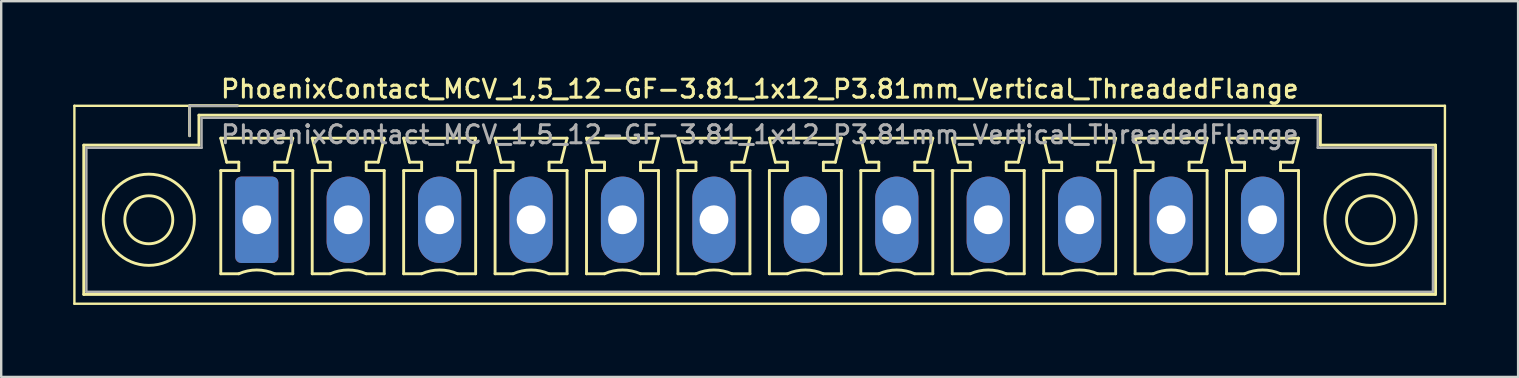
<source format=kicad_pcb>
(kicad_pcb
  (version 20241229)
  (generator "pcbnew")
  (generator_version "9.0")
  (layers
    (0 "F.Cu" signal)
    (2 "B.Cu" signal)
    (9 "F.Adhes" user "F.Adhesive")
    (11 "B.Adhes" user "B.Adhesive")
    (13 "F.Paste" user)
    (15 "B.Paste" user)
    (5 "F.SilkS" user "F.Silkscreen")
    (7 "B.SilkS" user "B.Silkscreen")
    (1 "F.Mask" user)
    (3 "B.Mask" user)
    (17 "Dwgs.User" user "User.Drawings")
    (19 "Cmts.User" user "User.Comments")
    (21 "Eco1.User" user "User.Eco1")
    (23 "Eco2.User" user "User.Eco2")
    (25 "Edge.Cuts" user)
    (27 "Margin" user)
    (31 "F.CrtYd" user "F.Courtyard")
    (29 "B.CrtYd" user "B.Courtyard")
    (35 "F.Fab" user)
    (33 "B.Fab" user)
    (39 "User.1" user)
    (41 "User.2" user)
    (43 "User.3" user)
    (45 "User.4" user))
  (footprint "PhoenixContact_MCV_1,5_12-GF-3.81_1x12_P3.81mm_Vertical_ThreadedFlange"
    (layer "F.Cu")
    (at 7.65 6.108)
    (property "Reference" "PhoenixContact_MCV_1,5_12-GF-3.81_1x12_P3.81mm_Vertical_ThreadedFlange" (at 20.96 -5.45 0) (layer "F.SilkS") (effects (font (size 0.75 0.75) (thickness 0.125))))
    (attr through_hole)
    (fp_line (start -7.6 -4.75) (end -7.6 3.5) (stroke (width 0.1) (type solid)) (layer "F.SilkS"))
    (fp_line (start -7.6 3.5) (end 49.51 3.5) (stroke (width 0.1) (type solid)) (layer "F.SilkS"))
    (fp_line (start -7.21 -3.11) (end -7.21 3.11) (stroke (width 0.12) (type solid)) (layer "F.SilkS"))
    (fp_line (start -7.21 3.11) (end 49.12 3.11) (stroke (width 0.12) (type solid)) (layer "F.SilkS"))
    (fp_line (start -2.8 -4.75) (end -0.8 -4.75) (stroke (width 0.12) (type solid)) (layer "F.SilkS"))
    (fp_line (start -2.8 -3.5) (end -2.8 -4.75) (stroke (width 0.12) (type solid)) (layer "F.SilkS"))
    (fp_line (start -2.41 -4.36) (end -2.41 -3.11) (stroke (width 0.12) (type solid)) (layer "F.SilkS"))
    (fp_line (start -2.41 -3.11) (end -7.21 -3.11) (stroke (width 0.12) (type solid)) (layer "F.SilkS"))
    (fp_line (start -1.5 -3.4) (end 1.5 -3.4) (stroke (width 0.12) (type solid)) (layer "F.SilkS"))
    (fp_line (start -1.5 -2.05) (end -0.75 -2.05) (stroke (width 0.12) (type solid)) (layer "F.SilkS"))
    (fp_line (start -1.5 2.25) (end -1.5 -2.05) (stroke (width 0.12) (type solid)) (layer "F.SilkS"))
    (fp_line (start -1.25 -2.4) (end -1.5 -3.4) (stroke (width 0.12) (type solid)) (layer "F.SilkS"))
    (fp_line (start -0.75 -2.4) (end -1.25 -2.4) (stroke (width 0.12) (type solid)) (layer "F.SilkS"))
    (fp_line (start -0.75 -2.05) (end -0.75 -2.4) (stroke (width 0.12) (type solid)) (layer "F.SilkS"))
    (fp_line (start -0.75 2.25) (end -1.5 2.25) (stroke (width 0.12) (type solid)) (layer "F.SilkS"))
    (fp_line (start 0.75 -2.4) (end 0.75 -2.05) (stroke (width 0.12) (type solid)) (layer "F.SilkS"))
    (fp_line (start 0.75 -2.05) (end 1.5 -2.05) (stroke (width 0.12) (type solid)) (layer "F.SilkS"))
    (fp_line (start 1.25 -2.4) (end 0.75 -2.4) (stroke (width 0.12) (type solid)) (layer "F.SilkS"))
    (fp_line (start 1.5 -3.4) (end 1.25 -2.4) (stroke (width 0.12) (type solid)) (layer "F.SilkS"))
    (fp_line (start 1.5 -2.05) (end 1.5 2.25) (stroke (width 0.12) (type solid)) (layer "F.SilkS"))
    (fp_line (start 1.5 2.25) (end 0.75 2.25) (stroke (width 0.12) (type solid)) (layer "F.SilkS"))
    (fp_line (start 2.31 -3.4) (end 5.31 -3.4) (stroke (width 0.12) (type solid)) (layer "F.SilkS"))
    (fp_line (start 2.31 -2.05) (end 3.06 -2.05) (stroke (width 0.12) (type solid)) (layer "F.SilkS"))
    (fp_line (start 2.31 2.25) (end 2.31 -2.05) (stroke (width 0.12) (type solid)) (layer "F.SilkS"))
    (fp_line (start 2.56 -2.4) (end 2.31 -3.4) (stroke (width 0.12) (type solid)) (layer "F.SilkS"))
    (fp_line (start 3.06 -2.4) (end 2.56 -2.4) (stroke (width 0.12) (type solid)) (layer "F.SilkS"))
    (fp_line (start 3.06 -2.05) (end 3.06 -2.4) (stroke (width 0.12) (type solid)) (layer "F.SilkS"))
    (fp_line (start 3.06 2.25) (end 2.31 2.25) (stroke (width 0.12) (type solid)) (layer "F.SilkS"))
    (fp_line (start 4.56 -2.4) (end 4.56 -2.05) (stroke (width 0.12) (type solid)) (layer "F.SilkS"))
    (fp_line (start 4.56 -2.05) (end 5.31 -2.05) (stroke (width 0.12) (type solid)) (layer "F.SilkS"))
    (fp_line (start 5.06 -2.4) (end 4.56 -2.4) (stroke (width 0.12) (type solid)) (layer "F.SilkS"))
    (fp_line (start 5.31 -3.4) (end 5.06 -2.4) (stroke (width 0.12) (type solid)) (layer "F.SilkS"))
    (fp_line (start 5.31 -2.05) (end 5.31 2.25) (stroke (width 0.12) (type solid)) (layer "F.SilkS"))
    (fp_line (start 5.31 2.25) (end 4.56 2.25) (stroke (width 0.12) (type solid)) (layer "F.SilkS"))
    (fp_line (start 6.12 -3.4) (end 9.12 -3.4) (stroke (width 0.12) (type solid)) (layer "F.SilkS"))
    (fp_line (start 6.12 -2.05) (end 6.87 -2.05) (stroke (width 0.12) (type solid)) (layer "F.SilkS"))
    (fp_line (start 6.12 2.25) (end 6.12 -2.05) (stroke (width 0.12) (type solid)) (layer "F.SilkS"))
    (fp_line (start 6.37 -2.4) (end 6.12 -3.4) (stroke (width 0.12) (type solid)) (layer "F.SilkS"))
    (fp_line (start 6.87 -2.4) (end 6.37 -2.4) (stroke (width 0.12) (type solid)) (layer "F.SilkS"))
    (fp_line (start 6.87 -2.05) (end 6.87 -2.4) (stroke (width 0.12) (type solid)) (layer "F.SilkS"))
    (fp_line (start 6.87 2.25) (end 6.12 2.25) (stroke (width 0.12) (type solid)) (layer "F.SilkS"))
    (fp_line (start 8.37 -2.4) (end 8.37 -2.05) (stroke (width 0.12) (type solid)) (layer "F.SilkS"))
    (fp_line (start 8.37 -2.05) (end 9.12 -2.05) (stroke (width 0.12) (type solid)) (layer "F.SilkS"))
    (fp_line (start 8.87 -2.4) (end 8.37 -2.4) (stroke (width 0.12) (type solid)) (layer "F.SilkS"))
    (fp_line (start 9.12 -3.4) (end 8.87 -2.4) (stroke (width 0.12) (type solid)) (layer "F.SilkS"))
    (fp_line (start 9.12 -2.05) (end 9.12 2.25) (stroke (width 0.12) (type solid)) (layer "F.SilkS"))
    (fp_line (start 9.12 2.25) (end 8.37 2.25) (stroke (width 0.12) (type solid)) (layer "F.SilkS"))
    (fp_line (start 9.93 -3.4) (end 12.93 -3.4) (stroke (width 0.12) (type solid)) (layer "F.SilkS"))
    (fp_line (start 9.93 -2.05) (end 10.68 -2.05) (stroke (width 0.12) (type solid)) (layer "F.SilkS"))
    (fp_line (start 9.93 2.25) (end 9.93 -2.05) (stroke (width 0.12) (type solid)) (layer "F.SilkS"))
    (fp_line (start 10.18 -2.4) (end 9.93 -3.4) (stroke (width 0.12) (type solid)) (layer "F.SilkS"))
    (fp_line (start 10.68 -2.4) (end 10.18 -2.4) (stroke (width 0.12) (type solid)) (layer "F.SilkS"))
    (fp_line (start 10.68 -2.05) (end 10.68 -2.4) (stroke (width 0.12) (type solid)) (layer "F.SilkS"))
    (fp_line (start 10.68 2.25) (end 9.93 2.25) (stroke (width 0.12) (type solid)) (layer "F.SilkS"))
    (fp_line (start 12.18 -2.4) (end 12.18 -2.05) (stroke (width 0.12) (type solid)) (layer "F.SilkS"))
    (fp_line (start 12.18 -2.05) (end 12.93 -2.05) (stroke (width 0.12) (type solid)) (layer "F.SilkS"))
    (fp_line (start 12.68 -2.4) (end 12.18 -2.4) (stroke (width 0.12) (type solid)) (layer "F.SilkS"))
    (fp_line (start 12.93 -3.4) (end 12.68 -2.4) (stroke (width 0.12) (type solid)) (layer "F.SilkS"))
    (fp_line (start 12.93 -2.05) (end 12.93 2.25) (stroke (width 0.12) (type solid)) (layer "F.SilkS"))
    (fp_line (start 12.93 2.25) (end 12.18 2.25) (stroke (width 0.12) (type solid)) (layer "F.SilkS"))
    (fp_line (start 13.74 -3.4) (end 16.74 -3.4) (stroke (width 0.12) (type solid)) (layer "F.SilkS"))
    (fp_line (start 13.74 -2.05) (end 14.49 -2.05) (stroke (width 0.12) (type solid)) (layer "F.SilkS"))
    (fp_line (start 13.74 2.25) (end 13.74 -2.05) (stroke (width 0.12) (type solid)) (layer "F.SilkS"))
    (fp_line (start 13.99 -2.4) (end 13.74 -3.4) (stroke (width 0.12) (type solid)) (layer "F.SilkS"))
    (fp_line (start 14.49 -2.4) (end 13.99 -2.4) (stroke (width 0.12) (type solid)) (layer "F.SilkS"))
    (fp_line (start 14.49 -2.05) (end 14.49 -2.4) (stroke (width 0.12) (type solid)) (layer "F.SilkS"))
    (fp_line (start 14.49 2.25) (end 13.74 2.25) (stroke (width 0.12) (type solid)) (layer "F.SilkS"))
    (fp_line (start 15.99 -2.4) (end 15.99 -2.05) (stroke (width 0.12) (type solid)) (layer "F.SilkS"))
    (fp_line (start 15.99 -2.05) (end 16.74 -2.05) (stroke (width 0.12) (type solid)) (layer "F.SilkS"))
    (fp_line (start 16.49 -2.4) (end 15.99 -2.4) (stroke (width 0.12) (type solid)) (layer "F.SilkS"))
    (fp_line (start 16.74 -3.4) (end 16.49 -2.4) (stroke (width 0.12) (type solid)) (layer "F.SilkS"))
    (fp_line (start 16.74 -2.05) (end 16.74 2.25) (stroke (width 0.12) (type solid)) (layer "F.SilkS"))
    (fp_line (start 16.74 2.25) (end 15.99 2.25) (stroke (width 0.12) (type solid)) (layer "F.SilkS"))
    (fp_line (start 17.55 -3.4) (end 20.55 -3.4) (stroke (width 0.12) (type solid)) (layer "F.SilkS"))
    (fp_line (start 17.55 -2.05) (end 18.3 -2.05) (stroke (width 0.12) (type solid)) (layer "F.SilkS"))
    (fp_line (start 17.55 2.25) (end 17.55 -2.05) (stroke (width 0.12) (type solid)) (layer "F.SilkS"))
    (fp_line (start 17.8 -2.4) (end 17.55 -3.4) (stroke (width 0.12) (type solid)) (layer "F.SilkS"))
    (fp_line (start 18.3 -2.4) (end 17.8 -2.4) (stroke (width 0.12) (type solid)) (layer "F.SilkS"))
    (fp_line (start 18.3 -2.05) (end 18.3 -2.4) (stroke (width 0.12) (type solid)) (layer "F.SilkS"))
    (fp_line (start 18.3 2.25) (end 17.55 2.25) (stroke (width 0.12) (type solid)) (layer "F.SilkS"))
    (fp_line (start 19.8 -2.4) (end 19.8 -2.05) (stroke (width 0.12) (type solid)) (layer "F.SilkS"))
    (fp_line (start 19.8 -2.05) (end 20.55 -2.05) (stroke (width 0.12) (type solid)) (layer "F.SilkS"))
    (fp_line (start 20.3 -2.4) (end 19.8 -2.4) (stroke (width 0.12) (type solid)) (layer "F.SilkS"))
    (fp_line (start 20.55 -3.4) (end 20.3 -2.4) (stroke (width 0.12) (type solid)) (layer "F.SilkS"))
    (fp_line (start 20.55 -2.05) (end 20.55 2.25) (stroke (width 0.12) (type solid)) (layer "F.SilkS"))
    (fp_line (start 20.55 2.25) (end 19.8 2.25) (stroke (width 0.12) (type solid)) (layer "F.SilkS"))
    (fp_line (start 21.36 -3.4) (end 24.36 -3.4) (stroke (width 0.12) (type solid)) (layer "F.SilkS"))
    (fp_line (start 21.36 -2.05) (end 22.11 -2.05) (stroke (width 0.12) (type solid)) (layer "F.SilkS"))
    (fp_line (start 21.36 2.25) (end 21.36 -2.05) (stroke (width 0.12) (type solid)) (layer "F.SilkS"))
    (fp_line (start 21.61 -2.4) (end 21.36 -3.4) (stroke (width 0.12) (type solid)) (layer "F.SilkS"))
    (fp_line (start 22.11 -2.4) (end 21.61 -2.4) (stroke (width 0.12) (type solid)) (layer "F.SilkS"))
    (fp_line (start 22.11 -2.05) (end 22.11 -2.4) (stroke (width 0.12) (type solid)) (layer "F.SilkS"))
    (fp_line (start 22.11 2.25) (end 21.36 2.25) (stroke (width 0.12) (type solid)) (layer "F.SilkS"))
    (fp_line (start 23.61 -2.4) (end 23.61 -2.05) (stroke (width 0.12) (type solid)) (layer "F.SilkS"))
    (fp_line (start 23.61 -2.05) (end 24.36 -2.05) (stroke (width 0.12) (type solid)) (layer "F.SilkS"))
    (fp_line (start 24.11 -2.4) (end 23.61 -2.4) (stroke (width 0.12) (type solid)) (layer "F.SilkS"))
    (fp_line (start 24.36 -3.4) (end 24.11 -2.4) (stroke (width 0.12) (type solid)) (layer "F.SilkS"))
    (fp_line (start 24.36 -2.05) (end 24.36 2.25) (stroke (width 0.12) (type solid)) (layer "F.SilkS"))
    (fp_line (start 24.36 2.25) (end 23.61 2.25) (stroke (width 0.12) (type solid)) (layer "F.SilkS"))
    (fp_line (start 25.17 -3.4) (end 28.17 -3.4) (stroke (width 0.12) (type solid)) (layer "F.SilkS"))
    (fp_line (start 25.17 -2.05) (end 25.92 -2.05) (stroke (width 0.12) (type solid)) (layer "F.SilkS"))
    (fp_line (start 25.17 2.25) (end 25.17 -2.05) (stroke (width 0.12) (type solid)) (layer "F.SilkS"))
    (fp_line (start 25.42 -2.4) (end 25.17 -3.4) (stroke (width 0.12) (type solid)) (layer "F.SilkS"))
    (fp_line (start 25.92 -2.4) (end 25.42 -2.4) (stroke (width 0.12) (type solid)) (layer "F.SilkS"))
    (fp_line (start 25.92 -2.05) (end 25.92 -2.4) (stroke (width 0.12) (type solid)) (layer "F.SilkS"))
    (fp_line (start 25.92 2.25) (end 25.17 2.25) (stroke (width 0.12) (type solid)) (layer "F.SilkS"))
    (fp_line (start 27.42 -2.4) (end 27.42 -2.05) (stroke (width 0.12) (type solid)) (layer "F.SilkS"))
    (fp_line (start 27.42 -2.05) (end 28.17 -2.05) (stroke (width 0.12) (type solid)) (layer "F.SilkS"))
    (fp_line (start 27.92 -2.4) (end 27.42 -2.4) (stroke (width 0.12) (type solid)) (layer "F.SilkS"))
    (fp_line (start 28.17 -3.4) (end 27.92 -2.4) (stroke (width 0.12) (type solid)) (layer "F.SilkS"))
    (fp_line (start 28.17 -2.05) (end 28.17 2.25) (stroke (width 0.12) (type solid)) (layer "F.SilkS"))
    (fp_line (start 28.17 2.25) (end 27.42 2.25) (stroke (width 0.12) (type solid)) (layer "F.SilkS"))
    (fp_line (start 28.98 -3.4) (end 31.98 -3.4) (stroke (width 0.12) (type solid)) (layer "F.SilkS"))
    (fp_line (start 28.98 -2.05) (end 29.73 -2.05) (stroke (width 0.12) (type solid)) (layer "F.SilkS"))
    (fp_line (start 28.98 2.25) (end 28.98 -2.05) (stroke (width 0.12) (type solid)) (layer "F.SilkS"))
    (fp_line (start 29.23 -2.4) (end 28.98 -3.4) (stroke (width 0.12) (type solid)) (layer "F.SilkS"))
    (fp_line (start 29.73 -2.4) (end 29.23 -2.4) (stroke (width 0.12) (type solid)) (layer "F.SilkS"))
    (fp_line (start 29.73 -2.05) (end 29.73 -2.4) (stroke (width 0.12) (type solid)) (layer "F.SilkS"))
    (fp_line (start 29.73 2.25) (end 28.98 2.25) (stroke (width 0.12) (type solid)) (layer "F.SilkS"))
    (fp_line (start 31.23 -2.4) (end 31.23 -2.05) (stroke (width 0.12) (type solid)) (layer "F.SilkS"))
    (fp_line (start 31.23 -2.05) (end 31.98 -2.05) (stroke (width 0.12) (type solid)) (layer "F.SilkS"))
    (fp_line (start 31.73 -2.4) (end 31.23 -2.4) (stroke (width 0.12) (type solid)) (layer "F.SilkS"))
    (fp_line (start 31.98 -3.4) (end 31.73 -2.4) (stroke (width 0.12) (type solid)) (layer "F.SilkS"))
    (fp_line (start 31.98 -2.05) (end 31.98 2.25) (stroke (width 0.12) (type solid)) (layer "F.SilkS"))
    (fp_line (start 31.98 2.25) (end 31.23 2.25) (stroke (width 0.12) (type solid)) (layer "F.SilkS"))
    (fp_line (start 32.79 -3.4) (end 35.79 -3.4) (stroke (width 0.12) (type solid)) (layer "F.SilkS"))
    (fp_line (start 32.79 -2.05) (end 33.54 -2.05) (stroke (width 0.12) (type solid)) (layer "F.SilkS"))
    (fp_line (start 32.79 2.25) (end 32.79 -2.05) (stroke (width 0.12) (type solid)) (layer "F.SilkS"))
    (fp_line (start 33.04 -2.4) (end 32.79 -3.4) (stroke (width 0.12) (type solid)) (layer "F.SilkS"))
    (fp_line (start 33.54 -2.4) (end 33.04 -2.4) (stroke (width 0.12) (type solid)) (layer "F.SilkS"))
    (fp_line (start 33.54 -2.05) (end 33.54 -2.4) (stroke (width 0.12) (type solid)) (layer "F.SilkS"))
    (fp_line (start 33.54 2.25) (end 32.79 2.25) (stroke (width 0.12) (type solid)) (layer "F.SilkS"))
    (fp_line (start 35.04 -2.4) (end 35.04 -2.05) (stroke (width 0.12) (type solid)) (layer "F.SilkS"))
    (fp_line (start 35.04 -2.05) (end 35.79 -2.05) (stroke (width 0.12) (type solid)) (layer "F.SilkS"))
    (fp_line (start 35.54 -2.4) (end 35.04 -2.4) (stroke (width 0.12) (type solid)) (layer "F.SilkS"))
    (fp_line (start 35.79 -3.4) (end 35.54 -2.4) (stroke (width 0.12) (type solid)) (layer "F.SilkS"))
    (fp_line (start 35.79 -2.05) (end 35.79 2.25) (stroke (width 0.12) (type solid)) (layer "F.SilkS"))
    (fp_line (start 35.79 2.25) (end 35.04 2.25) (stroke (width 0.12) (type solid)) (layer "F.SilkS"))
    (fp_line (start 36.6 -3.4) (end 39.6 -3.4) (stroke (width 0.12) (type solid)) (layer "F.SilkS"))
    (fp_line (start 36.6 -2.05) (end 37.35 -2.05) (stroke (width 0.12) (type solid)) (layer "F.SilkS"))
    (fp_line (start 36.6 2.25) (end 36.6 -2.05) (stroke (width 0.12) (type solid)) (layer "F.SilkS"))
    (fp_line (start 36.85 -2.4) (end 36.6 -3.4) (stroke (width 0.12) (type solid)) (layer "F.SilkS"))
    (fp_line (start 37.35 -2.4) (end 36.85 -2.4) (stroke (width 0.12) (type solid)) (layer "F.SilkS"))
    (fp_line (start 37.35 -2.05) (end 37.35 -2.4) (stroke (width 0.12) (type solid)) (layer "F.SilkS"))
    (fp_line (start 37.35 2.25) (end 36.6 2.25) (stroke (width 0.12) (type solid)) (layer "F.SilkS"))
    (fp_line (start 38.85 -2.4) (end 38.85 -2.05) (stroke (width 0.12) (type solid)) (layer "F.SilkS"))
    (fp_line (start 38.85 -2.05) (end 39.6 -2.05) (stroke (width 0.12) (type solid)) (layer "F.SilkS"))
    (fp_line (start 39.35 -2.4) (end 38.85 -2.4) (stroke (width 0.12) (type solid)) (layer "F.SilkS"))
    (fp_line (start 39.6 -3.4) (end 39.35 -2.4) (stroke (width 0.12) (type solid)) (layer "F.SilkS"))
    (fp_line (start 39.6 -2.05) (end 39.6 2.25) (stroke (width 0.12) (type solid)) (layer "F.SilkS"))
    (fp_line (start 39.6 2.25) (end 38.85 2.25) (stroke (width 0.12) (type solid)) (layer "F.SilkS"))
    (fp_line (start 40.41 -3.4) (end 43.41 -3.4) (stroke (width 0.12) (type solid)) (layer "F.SilkS"))
    (fp_line (start 40.41 -2.05) (end 41.16 -2.05) (stroke (width 0.12) (type solid)) (layer "F.SilkS"))
    (fp_line (start 40.41 2.25) (end 40.41 -2.05) (stroke (width 0.12) (type solid)) (layer "F.SilkS"))
    (fp_line (start 40.66 -2.4) (end 40.41 -3.4) (stroke (width 0.12) (type solid)) (layer "F.SilkS"))
    (fp_line (start 41.16 -2.4) (end 40.66 -2.4) (stroke (width 0.12) (type solid)) (layer "F.SilkS"))
    (fp_line (start 41.16 -2.05) (end 41.16 -2.4) (stroke (width 0.12) (type solid)) (layer "F.SilkS"))
    (fp_line (start 41.16 2.25) (end 40.41 2.25) (stroke (width 0.12) (type solid)) (layer "F.SilkS"))
    (fp_line (start 42.66 -2.4) (end 42.66 -2.05) (stroke (width 0.12) (type solid)) (layer "F.SilkS"))
    (fp_line (start 42.66 -2.05) (end 43.41 -2.05) (stroke (width 0.12) (type solid)) (layer "F.SilkS"))
    (fp_line (start 43.16 -2.4) (end 42.66 -2.4) (stroke (width 0.12) (type solid)) (layer "F.SilkS"))
    (fp_line (start 43.41 -3.4) (end 43.16 -2.4) (stroke (width 0.12) (type solid)) (layer "F.SilkS"))
    (fp_line (start 43.41 -2.05) (end 43.41 2.25) (stroke (width 0.12) (type solid)) (layer "F.SilkS"))
    (fp_line (start 43.41 2.25) (end 42.66 2.25) (stroke (width 0.12) (type solid)) (layer "F.SilkS"))
    (fp_line (start 44.32 -4.36) (end -2.41 -4.36) (stroke (width 0.12) (type solid)) (layer "F.SilkS"))
    (fp_line (start 44.32 -3.11) (end 44.32 -4.36) (stroke (width 0.12) (type solid)) (layer "F.SilkS"))
    (fp_line (start 49.12 -3.11) (end 44.32 -3.11) (stroke (width 0.12) (type solid)) (layer "F.SilkS"))
    (fp_line (start 49.12 3.11) (end 49.12 -3.11) (stroke (width 0.12) (type solid)) (layer "F.SilkS"))
    (fp_line (start 49.51 -4.75) (end -7.6 -4.75) (stroke (width 0.1) (type solid)) (layer "F.SilkS"))
    (fp_line (start 49.51 3.5) (end 49.51 -4.75) (stroke (width 0.1) (type solid)) (layer "F.SilkS"))
    (fp_arc (start -0.75 2.25) (mid -0.000193 2.09191) (end 0.749647 2.249844) (stroke (width 0.12) (type solid)) (layer "F.SilkS"))
    (fp_arc (start 3.06 2.25) (mid 3.809807 2.09191) (end 4.559647 2.249844) (stroke (width 0.12) (type solid)) (layer "F.SilkS"))
    (fp_arc (start 6.87 2.25) (mid 7.619807 2.09191) (end 8.369647 2.249844) (stroke (width 0.12) (type solid)) (layer "F.SilkS"))
    (fp_arc (start 10.68 2.25) (mid 11.429807 2.09191) (end 12.179647 2.249844) (stroke (width 0.12) (type solid)) (layer "F.SilkS"))
    (fp_arc (start 14.49 2.25) (mid 15.239807 2.09191) (end 15.989647 2.249844) (stroke (width 0.12) (type solid)) (layer "F.SilkS"))
    (fp_arc (start 18.3 2.25) (mid 19.049807 2.09191) (end 19.799647 2.249844) (stroke (width 0.12) (type solid)) (layer "F.SilkS"))
    (fp_arc (start 22.11 2.25) (mid 22.859807 2.09191) (end 23.609647 2.249844) (stroke (width 0.12) (type solid)) (layer "F.SilkS"))
    (fp_arc (start 25.92 2.25) (mid 26.669807 2.09191) (end 27.419647 2.249844) (stroke (width 0.12) (type solid)) (layer "F.SilkS"))
    (fp_arc (start 29.73 2.25) (mid 30.479807 2.09191) (end 31.229647 2.249844) (stroke (width 0.12) (type solid)) (layer "F.SilkS"))
    (fp_arc (start 33.54 2.25) (mid 34.289807 2.09191) (end 35.039647 2.249844) (stroke (width 0.12) (type solid)) (layer "F.SilkS"))
    (fp_arc (start 37.35 2.25) (mid 38.099807 2.09191) (end 38.849647 2.249844) (stroke (width 0.12) (type solid)) (layer "F.SilkS"))
    (fp_arc (start 41.16 2.25) (mid 41.909807 2.09191) (end 42.659647 2.249844) (stroke (width 0.12) (type solid)) (layer "F.SilkS"))
    (fp_circle (center -4.5 0) (end -3.5 0) (stroke (width 0.12) (type solid)) (fill no) (layer "F.SilkS"))
    (fp_circle (center -4.5 0) (end -2.6 0) (stroke (width 0.12) (type solid)) (fill no) (layer "F.SilkS"))
    (fp_circle (center 46.41 0) (end 47.41 0) (stroke (width 0.12) (type solid)) (fill no) (layer "F.SilkS"))
    (fp_circle (center 46.41 0) (end 48.31 0) (stroke (width 0.12) (type solid)) (fill no) (layer "F.SilkS"))
    (fp_line (start -7.1 -3) (end -7.1 3) (stroke (width 0.1) (type solid)) (layer "F.Fab"))
    (fp_line (start -7.1 3) (end 49.01 3) (stroke (width 0.1) (type solid)) (layer "F.Fab"))
    (fp_line (start -2.8 -4.75) (end -0.8 -4.75) (stroke (width 0.1) (type solid)) (layer "F.Fab"))
    (fp_line (start -2.8 -3.5) (end -2.8 -4.75) (stroke (width 0.1) (type solid)) (layer "F.Fab"))
    (fp_line (start -2.3 -4.25) (end -2.3 -3) (stroke (width 0.1) (type solid)) (layer "F.Fab"))
    (fp_line (start -2.3 -3) (end -7.1 -3) (stroke (width 0.1) (type solid)) (layer "F.Fab"))
    (fp_line (start 44.21 -4.25) (end -2.3 -4.25) (stroke (width 0.1) (type solid)) (layer "F.Fab"))
    (fp_line (start 44.21 -3) (end 44.21 -4.25) (stroke (width 0.1) (type solid)) (layer "F.Fab"))
    (fp_line (start 49.01 -3) (end 44.21 -3) (stroke (width 0.1) (type solid)) (layer "F.Fab"))
    (fp_line (start 49.01 3) (end 49.01 -3) (stroke (width 0.1) (type solid)) (layer "F.Fab"))
    (fp_text user "${REFERENCE}" (at 20.96 -3.55 0) (layer "F.Fab") (effects (font (size 0.75 0.75) (thickness 0.125))))
    (pad "1" thru_hole roundrect (at 0 0) (size 1.8 3.6) (drill 1.2) (layers "*.Cu" "*.Mask") (roundrect_rratio 0.139))
    (pad "2" thru_hole oval (at 3.81 0) (size 1.8 3.6) (drill 1.2) (layers "*.Cu" "*.Mask"))
    (pad "3" thru_hole oval (at 7.62 0) (size 1.8 3.6) (drill 1.2) (layers "*.Cu" "*.Mask"))
    (pad "4" thru_hole oval (at 11.43 0) (size 1.8 3.6) (drill 1.2) (layers "*.Cu" "*.Mask"))
    (pad "5" thru_hole oval (at 15.24 0) (size 1.8 3.6) (drill 1.2) (layers "*.Cu" "*.Mask"))
    (pad "6" thru_hole oval (at 19.05 0) (size 1.8 3.6) (drill 1.2) (layers "*.Cu" "*.Mask"))
    (pad "7" thru_hole oval (at 22.86 0) (size 1.8 3.6) (drill 1.2) (layers "*.Cu" "*.Mask"))
    (pad "8" thru_hole oval (at 26.67 0) (size 1.8 3.6) (drill 1.2) (layers "*.Cu" "*.Mask"))
    (pad "9" thru_hole oval (at 30.48 0) (size 1.8 3.6) (drill 1.2) (layers "*.Cu" "*.Mask"))
    (pad "10" thru_hole oval (at 34.29 0) (size 1.8 3.6) (drill 1.2) (layers "*.Cu" "*.Mask"))
    (pad "11" thru_hole oval (at 38.1 0) (size 1.8 3.6) (drill 1.2) (layers "*.Cu" "*.Mask"))
    (pad "12" thru_hole oval (at 41.91 0) (size 1.8 3.6) (drill 1.2) (layers "*.Cu" "*.Mask")))
  (gr_rect
    (start -3 -3)
    (end 60.21 12.658)
    (stroke (width 0.1) (type default))
    (fill no)
    (layer "Edge.Cuts")))
</source>
